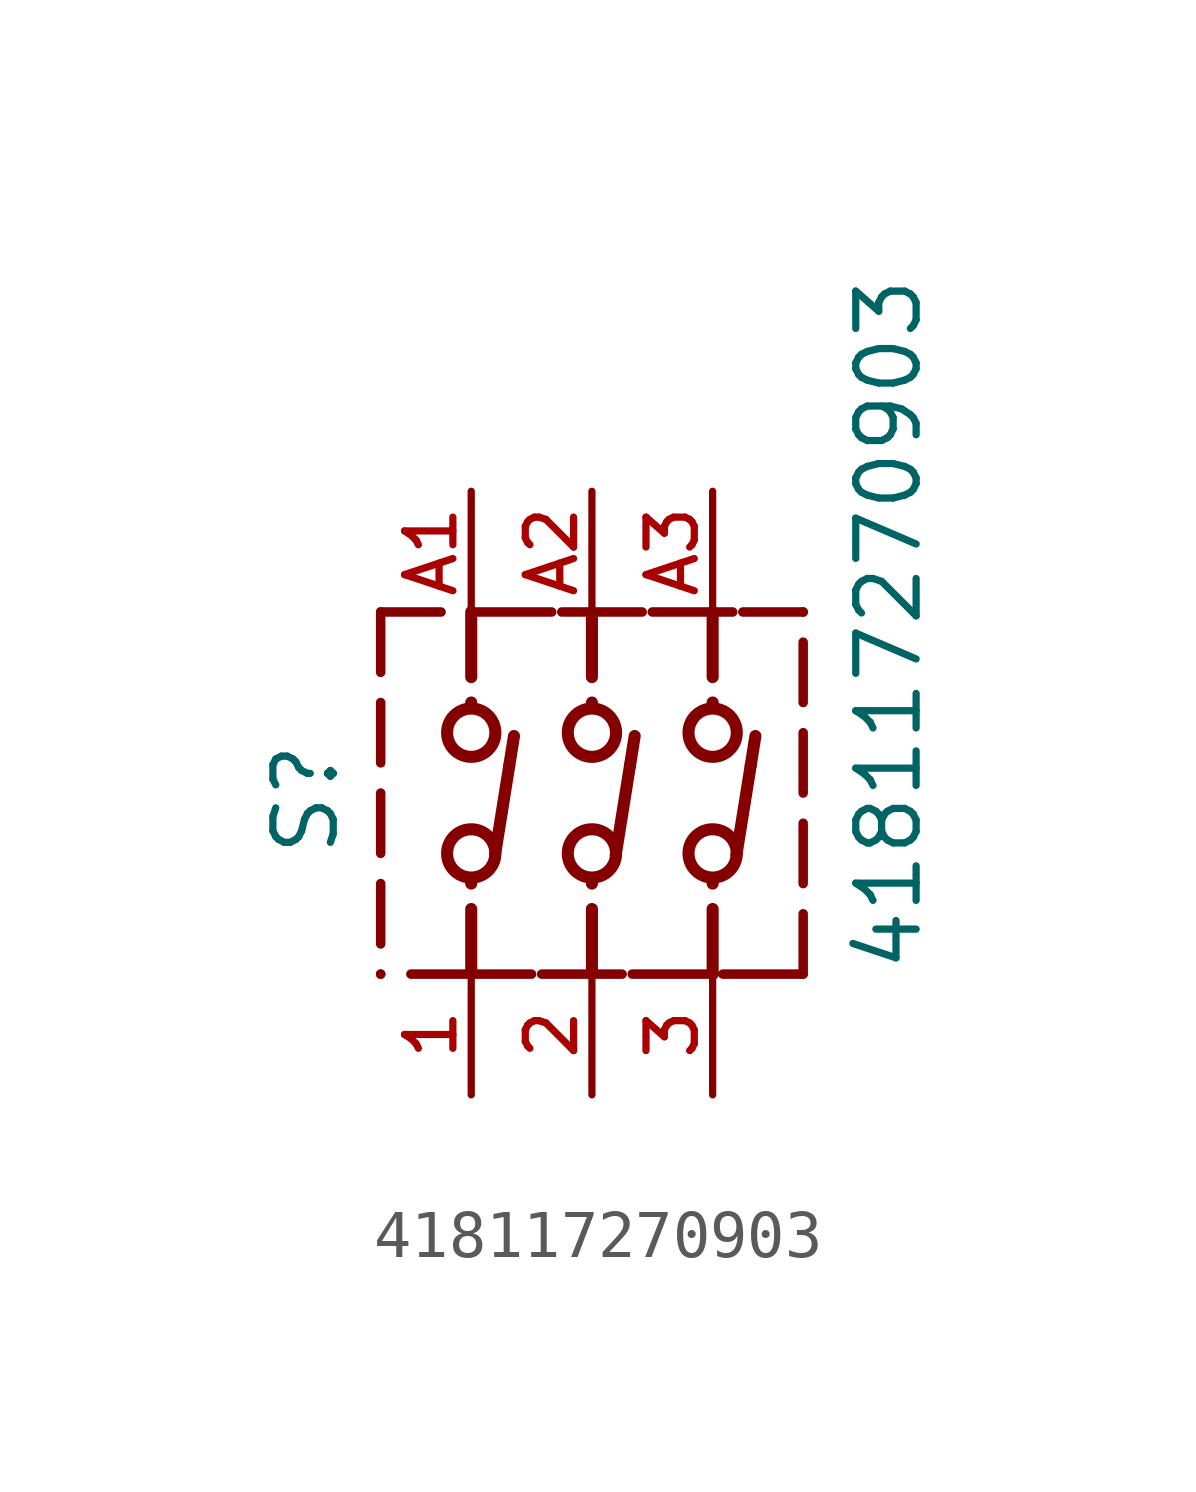
<source format=kicad_sym>
(kicad_symbol_lib
  (version 20211014)
  (generator kicad_symbol_editor)
  (symbol "418117270903"
    (pin_names
      (offset 1.016))
    (property "Reference" "S"
      (at -5.28 1.14 90.0)
      (effects (font (size 1.27 1.27)) (justify bottom)))
    (property "Value" "418117270903"
      (at 6.985 -2.54 90.0)
      (effects (font (size 1.27 1.27)) (justify bottom left)))
    (symbol "418117270903_0_0"
      (circle (center -2.54 2.54) (radius 0.508) (stroke (width 0.254)) (fill (type none)))
      (circle (center -2.54 0.0) (radius 0.508) (stroke (width 0.254)) (fill (type none)))
      (circle (center 0.0 2.54) (radius 0.508) (stroke (width 0.254)) (fill (type none)))
      (circle (center 0.0 0.0) (radius 0.508) (stroke (width 0.254)) (fill (type none)))
      (circle (center 2.54 2.54) (radius 0.508) (stroke (width 0.254)) (fill (type none)))
      (circle (center 2.54 0.0) (radius 0.508) (stroke (width 0.254)) (fill (type none)))
      (polyline (pts (xy -4.445 5.08) (xy -4.445 3.81)) (stroke (width 0.2)))
      (polyline (pts (xy -4.445 3.175) (xy -4.445 1.905)) (stroke (width 0.2)))
      (polyline (pts (xy -4.445 1.27) (xy -4.445 0.0)) (stroke (width 0.2)))
      (polyline (pts (xy -4.445 -0.635) (xy -4.445 -1.905)) (stroke (width 0.2)))
      (polyline (pts (xy -4.445 -2.54) (xy -4.445 -2.54)) (stroke (width 0.2)))
      (polyline (pts (xy -4.445 5.08) (xy -3.175 5.08)) (stroke (width 0.2)))
      (polyline (pts (xy -2.54 5.08) (xy -2.54 5.08)) (stroke (width 0.2)))
      (polyline (pts (xy -2.54 5.08) (xy -0.847 5.08)) (stroke (width 0.2)))
      (polyline (pts (xy -0.635 5.08) (xy 1.058 5.08)) (stroke (width 0.2)))
      (polyline (pts (xy 1.27 5.08) (xy 2.963 5.08)) (stroke (width 0.2)))
      (polyline (pts (xy 3.175 5.08) (xy 4.445 5.08)) (stroke (width 0.2)))
      (polyline (pts (xy 4.445 -2.54) (xy 4.445 -1.27)) (stroke (width 0.2)))
      (polyline (pts (xy 4.445 -0.635) (xy 4.445 0.635)) (stroke (width 0.2)))
      (polyline (pts (xy 4.445 1.27) (xy 4.445 2.54)) (stroke (width 0.2)))
      (polyline (pts (xy 4.445 3.175) (xy 4.445 4.445)) (stroke (width 0.2)))
      (polyline (pts (xy 4.445 5.08) (xy 4.445 5.08)) (stroke (width 0.2)))
      (polyline (pts (xy 4.445 -2.54) (xy 2.752 -2.54)) (stroke (width 0.2)))
      (polyline (pts (xy 2.54 -2.54) (xy 0.847 -2.54)) (stroke (width 0.2)))
      (polyline (pts (xy 0.635 -2.54) (xy -1.058 -2.54)) (stroke (width 0.2)))
      (polyline (pts (xy -1.27 -2.54) (xy -2.54 -2.54)) (stroke (width 0.2)))
      (polyline (pts (xy -2.54 -2.54) (xy -3.81 -2.54)) (stroke (width 0.2)))
      (polyline (pts (xy -4.445 -2.54) (xy -4.445 -2.54)) (stroke (width 0.2)))
      (polyline (pts (xy -2.54 -2.54) (xy -2.54 -1.17)) (stroke (width 0.254)))
      (polyline (pts (xy -2.54 -0.635) (xy -2.54 -0.535)) (stroke (width 0.254)))
      (polyline (pts (xy -2.54 5.08) (xy -2.54 3.71)) (stroke (width 0.254)))
      (polyline (pts (xy -2.54 3.175) (xy -2.54 3.075)) (stroke (width 0.254)))
      (polyline (pts (xy -2.04 -0.03) (xy -1.74 1.843)) (stroke (width 0.254)))
      (polyline (pts (xy -1.739 1.851) (xy -1.64 2.47)) (stroke (width 0.254)))
      (polyline (pts (xy 0.0 -2.54) (xy 0.0 -1.17)) (stroke (width 0.254)))
      (polyline (pts (xy 0.0 -0.635) (xy 0.0 -0.535)) (stroke (width 0.254)))
      (polyline (pts (xy 0.0 5.08) (xy 0.0 3.71)) (stroke (width 0.254)))
      (polyline (pts (xy 0.0 3.175) (xy 0.0 3.075)) (stroke (width 0.254)))
      (polyline (pts (xy 0.5 -0.03) (xy 0.8 1.843)) (stroke (width 0.254)))
      (polyline (pts (xy 0.801 1.851) (xy 0.9 2.47)) (stroke (width 0.254)))
      (polyline (pts (xy 2.54 -2.54) (xy 2.54 -1.17)) (stroke (width 0.254)))
      (polyline (pts (xy 2.54 -0.635) (xy 2.54 -0.535)) (stroke (width 0.254)))
      (polyline (pts (xy 2.54 5.08) (xy 2.54 3.71)) (stroke (width 0.254)))
      (polyline (pts (xy 2.54 3.175) (xy 2.54 3.075)) (stroke (width 0.254)))
      (polyline (pts (xy 3.04 -0.03) (xy 3.34 1.843)) (stroke (width 0.254)))
      (polyline (pts (xy 3.341 1.851) (xy 3.44 2.47)) (stroke (width 0.254)))
      (pin passive line (at -2.54 -5.08 90.0) (length 2.54) (name "~" (effects (font (size 1.016 1.016)))) (number "1" (effects (font (size 1.016 1.016)))))
      (pin passive line (at -2.54 7.62 270.0) (length 2.54) (name "~" (effects (font (size 1.016 1.016)))) (number "A1" (effects (font (size 1.016 1.016)))))
      (pin passive line (at 0.0 -5.08 90.0) (length 2.54) (name "~" (effects (font (size 1.016 1.016)))) (number "2" (effects (font (size 1.016 1.016)))))
      (pin passive line (at 0.0 7.62 270.0) (length 2.54) (name "~" (effects (font (size 1.016 1.016)))) (number "A2" (effects (font (size 1.016 1.016)))))
      (pin passive line (at 2.54 -5.08 90.0) (length 2.54) (name "~" (effects (font (size 1.016 1.016)))) (number "3" (effects (font (size 1.016 1.016)))))
      (pin passive line (at 2.54 7.62 270.0) (length 2.54) (name "~" (effects (font (size 1.016 1.016)))) (number "A3" (effects (font (size 1.016 1.016))))))))
</source>
